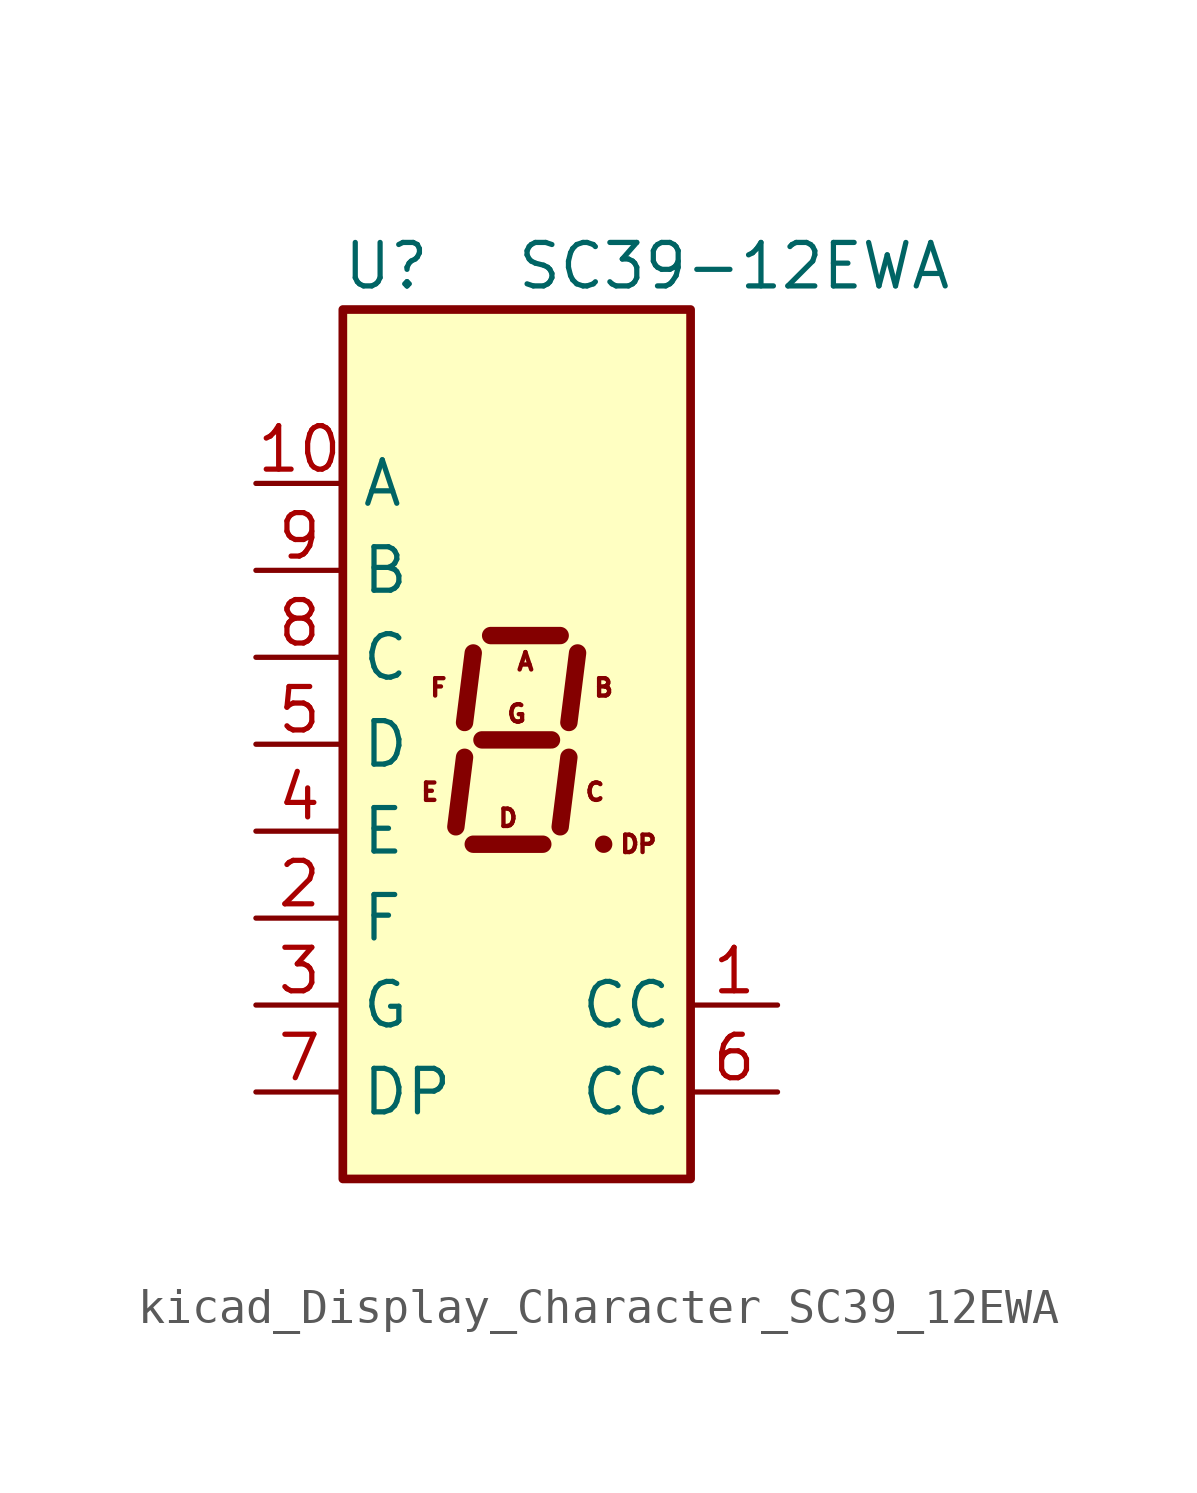
<source format=kicad_sym>
(kicad_symbol_lib
  (version 20220914)
  (generator kicad_symbol_editor)
  (symbol "kicad_Display_Character_SC39_12EWA"
    (property "Reference" "U"
      (at -3.81 13.97 0)
      (effects (font (size 1.27 1.27))))
    (property "Value" "SC39-12EWA"
      (at 6.35 13.97 0)
      (effects (font (size 1.27 1.27))))
    (symbol "kicad_Display_Character_SC39_12EWA_1_0"
      (text "A" (at 0.254 2.413 0) (effects (font (size 0.508 0.508))))
      (text "B" (at 2.54 1.651 0) (effects (font (size 0.508 0.508))))
      (text "C" (at 2.286 -1.397 0) (effects (font (size 0.508 0.508))))
      (text "D" (at -0.254 -2.159 0) (effects (font (size 0.508 0.508))))
      (text "DP" (at 3.556 -2.921 0) (effects (font (size 0.508 0.508))))
      (text "E" (at -2.54 -1.397 0) (effects (font (size 0.508 0.508))))
      (text "F" (at -2.286 1.651 0) (effects (font (size 0.508 0.508))))
      (text "G" (at 0 0.889 0) (effects (font (size 0.508 0.508)))))
    (symbol "kicad_Display_Character_SC39_12EWA_1_1"
      (rectangle (start -5.08 12.7) (end 5.08 -12.7) (stroke (width 0.254) (type default)) (fill (type background)))
      (polyline (pts (xy -1.524 -0.381) (xy -1.778 -2.413)) (stroke (width 0.508) (type default)) (fill (type none)))
      (polyline (pts (xy -1.27 -2.921) (xy 0.762 -2.921)) (stroke (width 0.508) (type default)) (fill (type none)))
      (polyline (pts (xy -1.27 2.667) (xy -1.524 0.635)) (stroke (width 0.508) (type default)) (fill (type none)))
      (polyline (pts (xy -1.016 0.127) (xy 1.016 0.127)) (stroke (width 0.508) (type default)) (fill (type none)))
      (polyline (pts (xy -0.762 3.175) (xy 1.27 3.175)) (stroke (width 0.508) (type default)) (fill (type none)))
      (polyline (pts (xy 1.524 -0.381) (xy 1.27 -2.413)) (stroke (width 0.508) (type default)) (fill (type none)))
      (polyline (pts (xy 1.778 2.667) (xy 1.524 0.635)) (stroke (width 0.508) (type default)) (fill (type none)))
      (polyline (pts (xy 2.54 -2.921) (xy 2.54 -2.921)) (stroke (width 0.508) (type default)) (fill (type none)))
      (pin input line (at 7.62 -7.62 180) (length 2.54) (name "CC" (effects (font (size 1.27 1.27)))) (number "1" (effects (font (size 1.27 1.27)))))
      (pin input line (at -7.62 7.62 0) (length 2.54) (name "A" (effects (font (size 1.27 1.27)))) (number "10" (effects (font (size 1.27 1.27)))))
      (pin input line (at -7.62 -5.08 0) (length 2.54) (name "F" (effects (font (size 1.27 1.27)))) (number "2" (effects (font (size 1.27 1.27)))))
      (pin input line (at -7.62 -7.62 0) (length 2.54) (name "G" (effects (font (size 1.27 1.27)))) (number "3" (effects (font (size 1.27 1.27)))))
      (pin input line (at -7.62 -2.54 0) (length 2.54) (name "E" (effects (font (size 1.27 1.27)))) (number "4" (effects (font (size 1.27 1.27)))))
      (pin input line (at -7.62 0 0) (length 2.54) (name "D" (effects (font (size 1.27 1.27)))) (number "5" (effects (font (size 1.27 1.27)))))
      (pin input line (at 7.62 -10.16 180) (length 2.54) (name "CC" (effects (font (size 1.27 1.27)))) (number "6" (effects (font (size 1.27 1.27)))))
      (pin input line (at -7.62 -10.16 0) (length 2.54) (name "DP" (effects (font (size 1.27 1.27)))) (number "7" (effects (font (size 1.27 1.27)))))
      (pin input line (at -7.62 2.54 0) (length 2.54) (name "C" (effects (font (size 1.27 1.27)))) (number "8" (effects (font (size 1.27 1.27)))))
      (pin input line (at -7.62 5.08 0) (length 2.54) (name "B" (effects (font (size 1.27 1.27)))) (number "9" (effects (font (size 1.27 1.27))))))))
</source>
